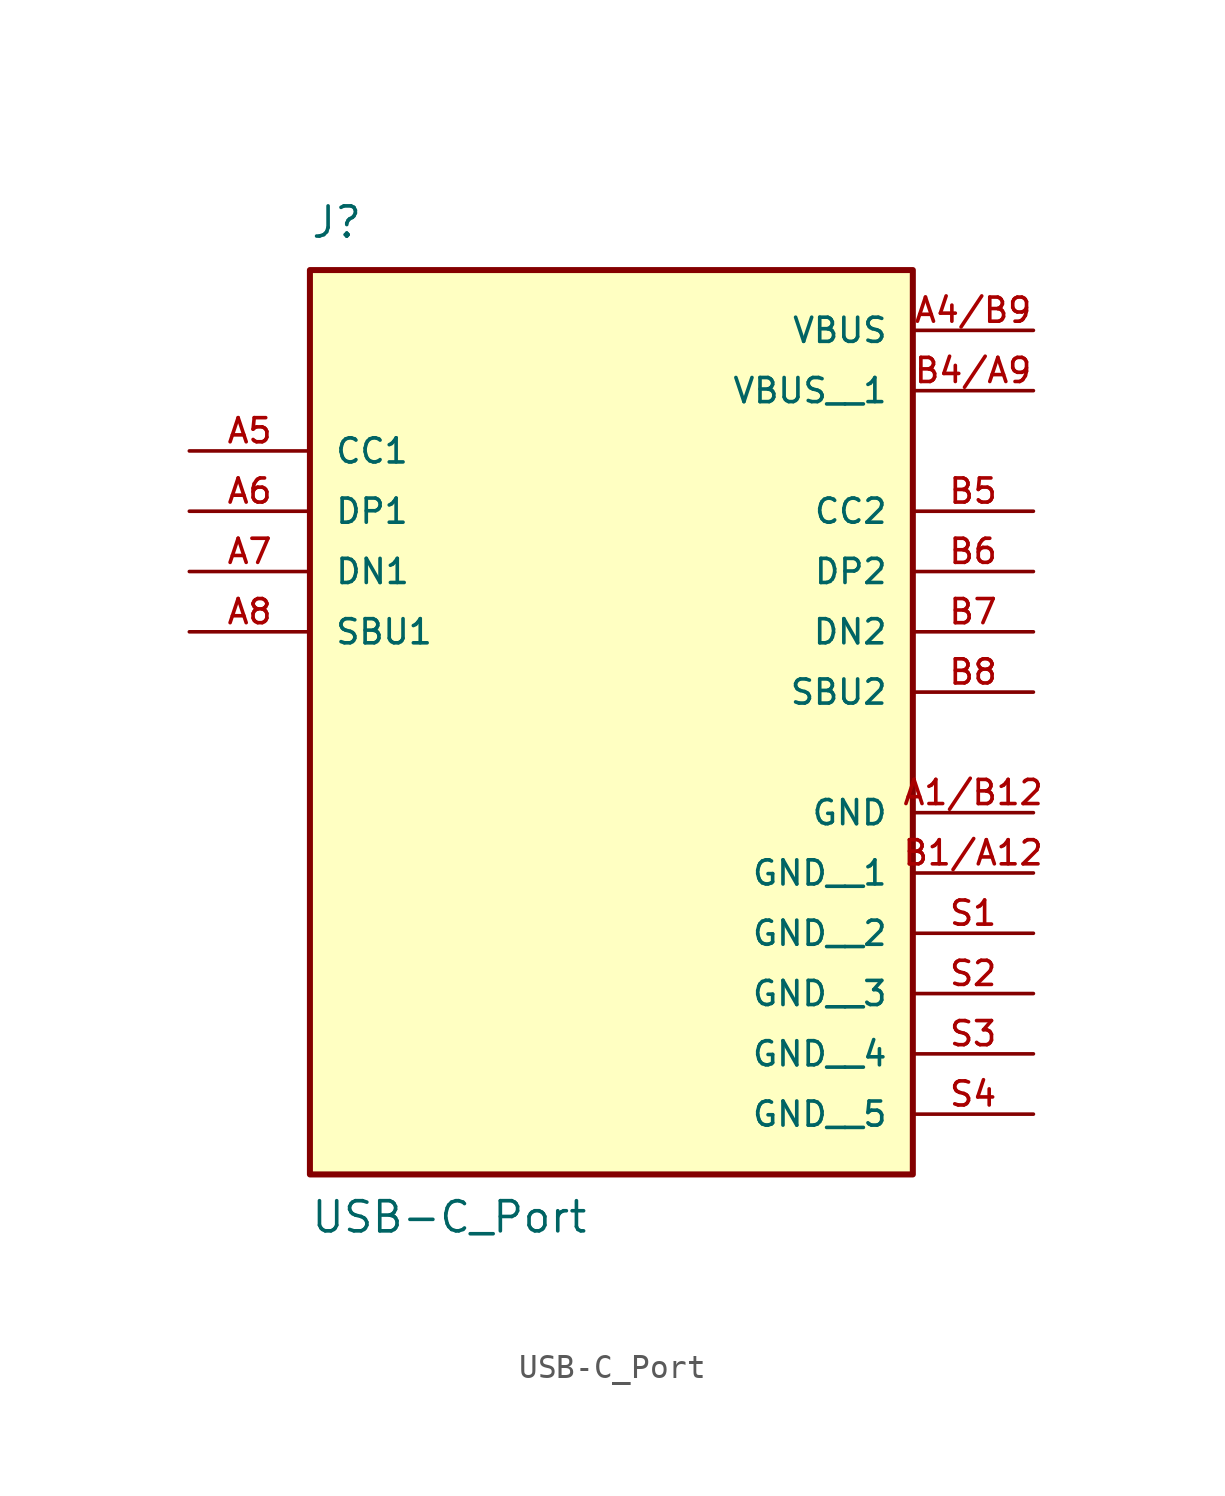
<source format=kicad_sym>
(kicad_symbol_lib
  (version 20211014)
  (generator kicad_symbol_editor)
  (symbol "USB-C_Port"
    (pin_names
      (offset 1.016))
    (property "Reference" "J"
      (at -12.7 11.43 0)
      (effects (font (size 1.27 1.27)) (justify left bottom)))
    (property "Value" "USB-C_Port"
      (at -12.7 -30.48 0)
      (effects (font (size 1.27 1.27)) (justify left bottom)))
    (symbol "USB-C_Port_0_0"
      (rectangle (start -12.7 -27.94) (end 12.7 10.16) (stroke (width 0.254) (type default) (color 0 0 0 0)) (fill (type background)))
      (pin power_in line (at 17.78 -12.7 180) (length 5.08) (name "GND" (effects (font (size 1.016 1.016)))) (number "A1/B12" (effects (font (size 1.016 1.016)))))
      (pin power_in line (at 17.78 7.62 180) (length 5.08) (name "VBUS" (effects (font (size 1.016 1.016)))) (number "A4/B9" (effects (font (size 1.016 1.016)))))
      (pin bidirectional line (at -17.78 2.54 0) (length 5.08) (name "CC1" (effects (font (size 1.016 1.016)))) (number "A5" (effects (font (size 1.016 1.016)))))
      (pin bidirectional line (at -17.78 0 0) (length 5.08) (name "DP1" (effects (font (size 1.016 1.016)))) (number "A6" (effects (font (size 1.016 1.016)))))
      (pin bidirectional line (at -17.78 -2.54 0) (length 5.08) (name "DN1" (effects (font (size 1.016 1.016)))) (number "A7" (effects (font (size 1.016 1.016)))))
      (pin bidirectional line (at -17.78 -5.08 0) (length 5.08) (name "SBU1" (effects (font (size 1.016 1.016)))) (number "A8" (effects (font (size 1.016 1.016)))))
      (pin power_in line (at 17.78 -15.24 180) (length 5.08) (name "GND__1" (effects (font (size 1.016 1.016)))) (number "B1/A12" (effects (font (size 1.016 1.016)))))
      (pin power_in line (at 17.78 5.08 180) (length 5.08) (name "VBUS__1" (effects (font (size 1.016 1.016)))) (number "B4/A9" (effects (font (size 1.016 1.016)))))
      (pin bidirectional line (at 17.78 0 180) (length 5.08) (name "CC2" (effects (font (size 1.016 1.016)))) (number "B5" (effects (font (size 1.016 1.016)))))
      (pin bidirectional line (at 17.78 -2.54 180) (length 5.08) (name "DP2" (effects (font (size 1.016 1.016)))) (number "B6" (effects (font (size 1.016 1.016)))))
      (pin bidirectional line (at 17.78 -5.08 180) (length 5.08) (name "DN2" (effects (font (size 1.016 1.016)))) (number "B7" (effects (font (size 1.016 1.016)))))
      (pin bidirectional line (at 17.78 -7.62 180) (length 5.08) (name "SBU2" (effects (font (size 1.016 1.016)))) (number "B8" (effects (font (size 1.016 1.016)))))
      (pin power_in line (at 17.78 -17.78 180) (length 5.08) (name "GND__2" (effects (font (size 1.016 1.016)))) (number "S1" (effects (font (size 1.016 1.016)))))
      (pin power_in line (at 17.78 -20.32 180) (length 5.08) (name "GND__3" (effects (font (size 1.016 1.016)))) (number "S2" (effects (font (size 1.016 1.016)))))
      (pin power_in line (at 17.78 -22.86 180) (length 5.08) (name "GND__4" (effects (font (size 1.016 1.016)))) (number "S3" (effects (font (size 1.016 1.016)))))
      (pin power_in line (at 17.78 -25.4 180) (length 5.08) (name "GND__5" (effects (font (size 1.016 1.016)))) (number "S4" (effects (font (size 1.016 1.016))))))))
</source>
